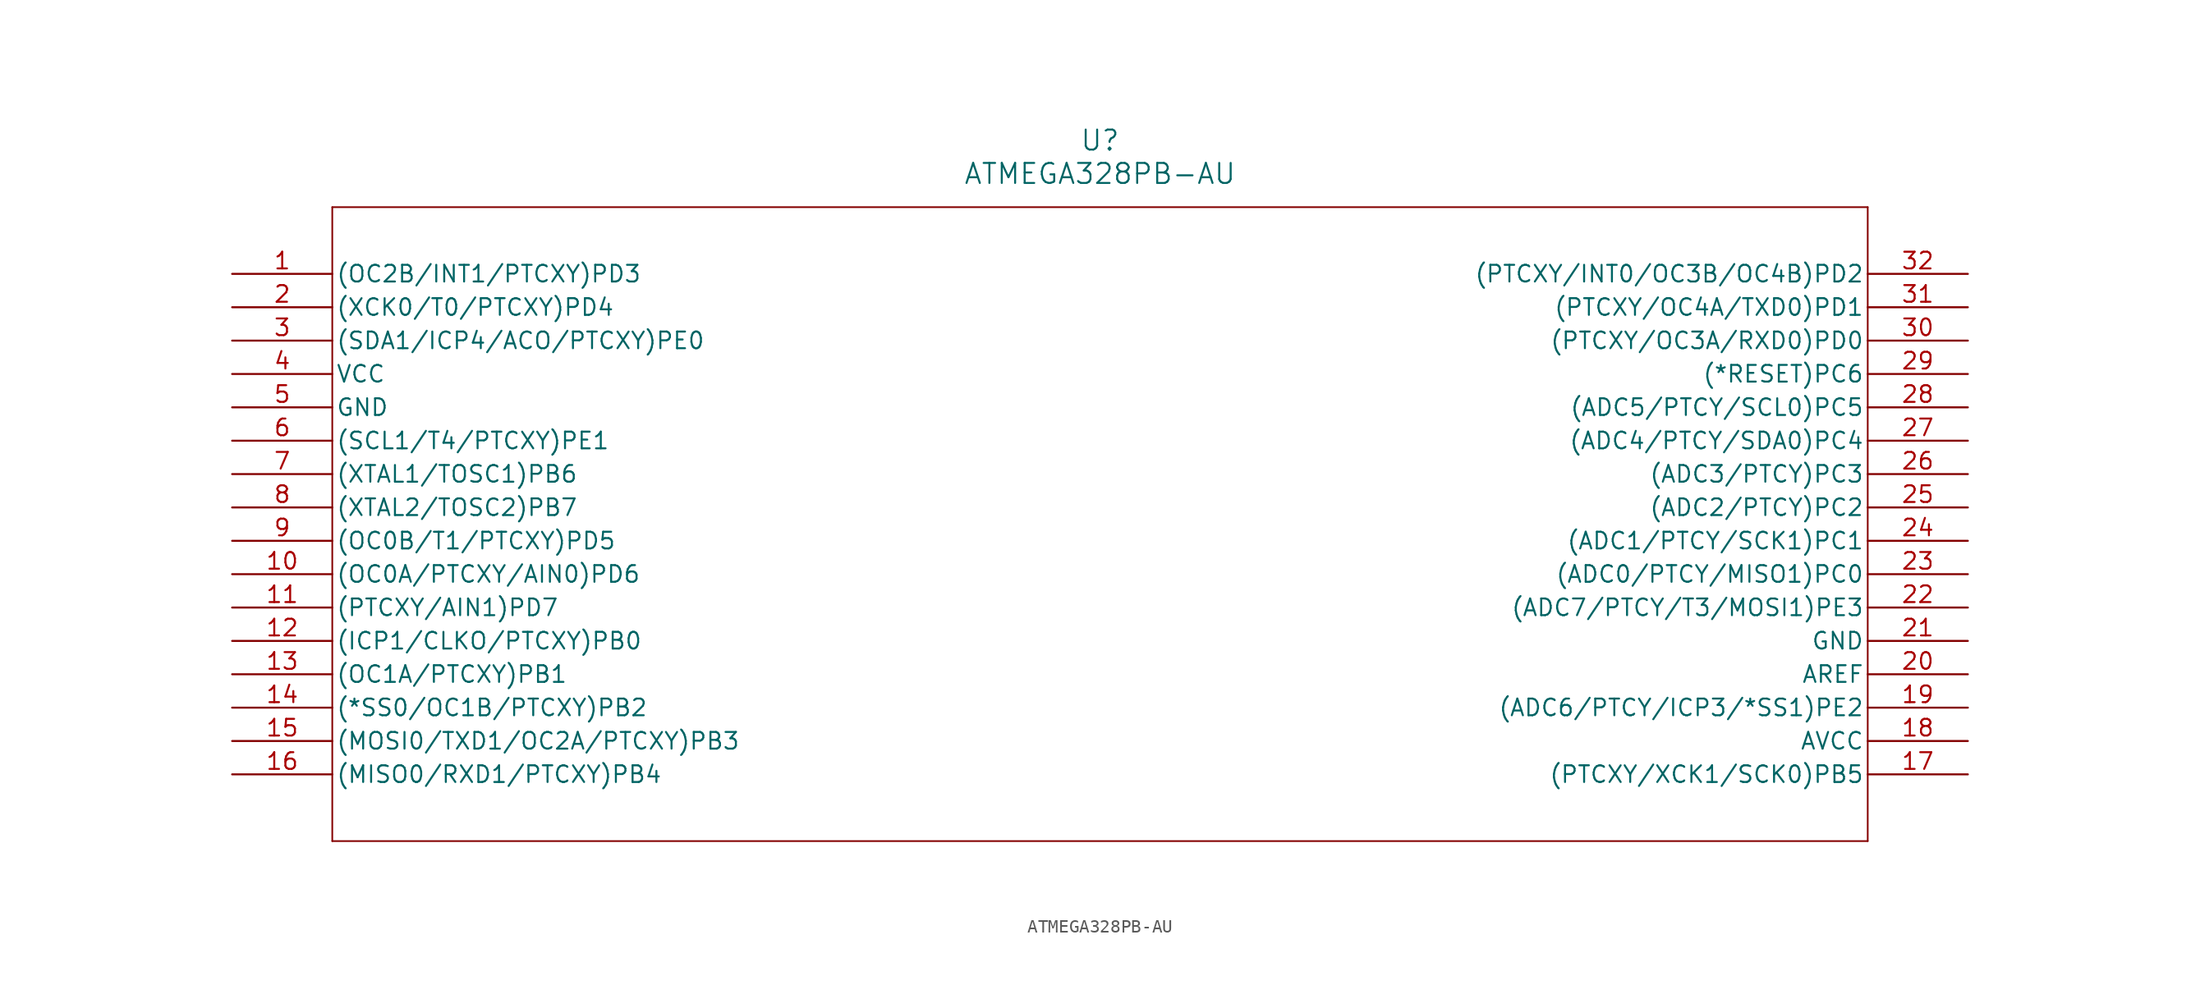
<source format=kicad_sym>
(kicad_symbol_lib
  (version 20211014)
  (generator kicad_symbol_editor)
  (symbol "ATMEGA328PB-AU"
    (pin_names
      (offset 0.254))
    (property "Reference" "U"
      (at 66.04 10.16 0)
      (effects (font (size 1.524 1.524))))
    (property "Value" "ATMEGA328PB-AU"
      (at 66.04 7.62 0)
      (effects (font (size 1.524 1.524))))
    (symbol "ATMEGA328PB-AU_0_1"
      (polyline (pts (xy 7.62 5.08) (xy 7.62 -43.18)) (stroke (width 0.127) (type default) (color 0 0 0 0)) (fill (type none)))
      (polyline (pts (xy 7.62 -43.18) (xy 124.46 -43.18)) (stroke (width 0.127) (type default) (color 0 0 0 0)) (fill (type none)))
      (polyline (pts (xy 124.46 -43.18) (xy 124.46 5.08)) (stroke (width 0.127) (type default) (color 0 0 0 0)) (fill (type none)))
      (polyline (pts (xy 124.46 5.08) (xy 7.62 5.08)) (stroke (width 0.127) (type default) (color 0 0 0 0)) (fill (type none)))
      (pin bidirectional line (at 0 0 0) (length 7.62) (name "(OC2B/INT1/PTCXY)PD3" (effects (font (size 1.27 1.27)))) (number "1" (effects (font (size 1.27 1.27)))))
      (pin bidirectional line (at 0 -2.54 0) (length 7.62) (name "(XCK0/T0/PTCXY)PD4" (effects (font (size 1.27 1.27)))) (number "2" (effects (font (size 1.27 1.27)))))
      (pin bidirectional line (at 0 -5.08 0) (length 7.62) (name "(SDA1/ICP4/ACO/PTCXY)PE0" (effects (font (size 1.27 1.27)))) (number "3" (effects (font (size 1.27 1.27)))))
      (pin power_in line (at 0 -7.62 0) (length 7.62) (name "VCC" (effects (font (size 1.27 1.27)))) (number "4" (effects (font (size 1.27 1.27)))))
      (pin power_in line (at 0 -10.16 0) (length 7.62) (name "GND" (effects (font (size 1.27 1.27)))) (number "5" (effects (font (size 1.27 1.27)))))
      (pin bidirectional line (at 0 -12.7 0) (length 7.62) (name "(SCL1/T4/PTCXY)PE1" (effects (font (size 1.27 1.27)))) (number "6" (effects (font (size 1.27 1.27)))))
      (pin bidirectional line (at 0 -15.24 0) (length 7.62) (name "(XTAL1/TOSC1)PB6" (effects (font (size 1.27 1.27)))) (number "7" (effects (font (size 1.27 1.27)))))
      (pin bidirectional line (at 0 -17.78 0) (length 7.62) (name "(XTAL2/TOSC2)PB7" (effects (font (size 1.27 1.27)))) (number "8" (effects (font (size 1.27 1.27)))))
      (pin bidirectional line (at 0 -20.32 0) (length 7.62) (name "(OC0B/T1/PTCXY)PD5" (effects (font (size 1.27 1.27)))) (number "9" (effects (font (size 1.27 1.27)))))
      (pin bidirectional line (at 0 -22.86 0) (length 7.62) (name "(OC0A/PTCXY/AIN0)PD6" (effects (font (size 1.27 1.27)))) (number "10" (effects (font (size 1.27 1.27)))))
      (pin bidirectional line (at 0 -25.4 0) (length 7.62) (name "(PTCXY/AIN1)PD7" (effects (font (size 1.27 1.27)))) (number "11" (effects (font (size 1.27 1.27)))))
      (pin bidirectional line (at 0 -27.94 0) (length 7.62) (name "(ICP1/CLKO/PTCXY)PB0" (effects (font (size 1.27 1.27)))) (number "12" (effects (font (size 1.27 1.27)))))
      (pin bidirectional line (at 0 -30.48 0) (length 7.62) (name "(OC1A/PTCXY)PB1" (effects (font (size 1.27 1.27)))) (number "13" (effects (font (size 1.27 1.27)))))
      (pin bidirectional line (at 0 -33.02 0) (length 7.62) (name "(*SS0/OC1B/PTCXY)PB2" (effects (font (size 1.27 1.27)))) (number "14" (effects (font (size 1.27 1.27)))))
      (pin bidirectional line (at 0 -35.56 0) (length 7.62) (name "(MOSI0/TXD1/OC2A/PTCXY)PB3" (effects (font (size 1.27 1.27)))) (number "15" (effects (font (size 1.27 1.27)))))
      (pin bidirectional line (at 0 -38.1 0) (length 7.62) (name "(MISO0/RXD1/PTCXY)PB4" (effects (font (size 1.27 1.27)))) (number "16" (effects (font (size 1.27 1.27)))))
      (pin bidirectional line (at 132.08 -38.1 180) (length 7.62) (name "(PTCXY/XCK1/SCK0)PB5" (effects (font (size 1.27 1.27)))) (number "17" (effects (font (size 1.27 1.27)))))
      (pin power_in line (at 132.08 -35.56 180) (length 7.62) (name "AVCC" (effects (font (size 1.27 1.27)))) (number "18" (effects (font (size 1.27 1.27)))))
      (pin bidirectional line (at 132.08 -33.02 180) (length 7.62) (name "(ADC6/PTCY/ICP3/*SS1)PE2" (effects (font (size 1.27 1.27)))) (number "19" (effects (font (size 1.27 1.27)))))
      (pin bidirectional line (at 132.08 -30.48 180) (length 7.62) (name "AREF" (effects (font (size 1.27 1.27)))) (number "20" (effects (font (size 1.27 1.27)))))
      (pin power_in line (at 132.08 -27.94 180) (length 7.62) (name "GND" (effects (font (size 1.27 1.27)))) (number "21" (effects (font (size 1.27 1.27)))))
      (pin bidirectional line (at 132.08 -25.4 180) (length 7.62) (name "(ADC7/PTCY/T3/MOSI1)PE3" (effects (font (size 1.27 1.27)))) (number "22" (effects (font (size 1.27 1.27)))))
      (pin bidirectional line (at 132.08 -22.86 180) (length 7.62) (name "(ADC0/PTCY/MISO1)PC0" (effects (font (size 1.27 1.27)))) (number "23" (effects (font (size 1.27 1.27)))))
      (pin bidirectional line (at 132.08 -20.32 180) (length 7.62) (name "(ADC1/PTCY/SCK1)PC1" (effects (font (size 1.27 1.27)))) (number "24" (effects (font (size 1.27 1.27)))))
      (pin bidirectional line (at 132.08 -17.78 180) (length 7.62) (name "(ADC2/PTCY)PC2" (effects (font (size 1.27 1.27)))) (number "25" (effects (font (size 1.27 1.27)))))
      (pin bidirectional line (at 132.08 -15.24 180) (length 7.62) (name "(ADC3/PTCY)PC3" (effects (font (size 1.27 1.27)))) (number "26" (effects (font (size 1.27 1.27)))))
      (pin bidirectional line (at 132.08 -12.7 180) (length 7.62) (name "(ADC4/PTCY/SDA0)PC4" (effects (font (size 1.27 1.27)))) (number "27" (effects (font (size 1.27 1.27)))))
      (pin bidirectional line (at 132.08 -10.16 180) (length 7.62) (name "(ADC5/PTCY/SCL0)PC5" (effects (font (size 1.27 1.27)))) (number "28" (effects (font (size 1.27 1.27)))))
      (pin bidirectional line (at 132.08 -7.62 180) (length 7.62) (name "(*RESET)PC6" (effects (font (size 1.27 1.27)))) (number "29" (effects (font (size 1.27 1.27)))))
      (pin bidirectional line (at 132.08 -5.08 180) (length 7.62) (name "(PTCXY/OC3A/RXD0)PD0" (effects (font (size 1.27 1.27)))) (number "30" (effects (font (size 1.27 1.27)))))
      (pin bidirectional line (at 132.08 -2.54 180) (length 7.62) (name "(PTCXY/OC4A/TXD0)PD1" (effects (font (size 1.27 1.27)))) (number "31" (effects (font (size 1.27 1.27)))))
      (pin bidirectional line (at 132.08 0 180) (length 7.62) (name "(PTCXY/INT0/OC3B/OC4B)PD2" (effects (font (size 1.27 1.27)))) (number "32" (effects (font (size 1.27 1.27))))))))
</source>
